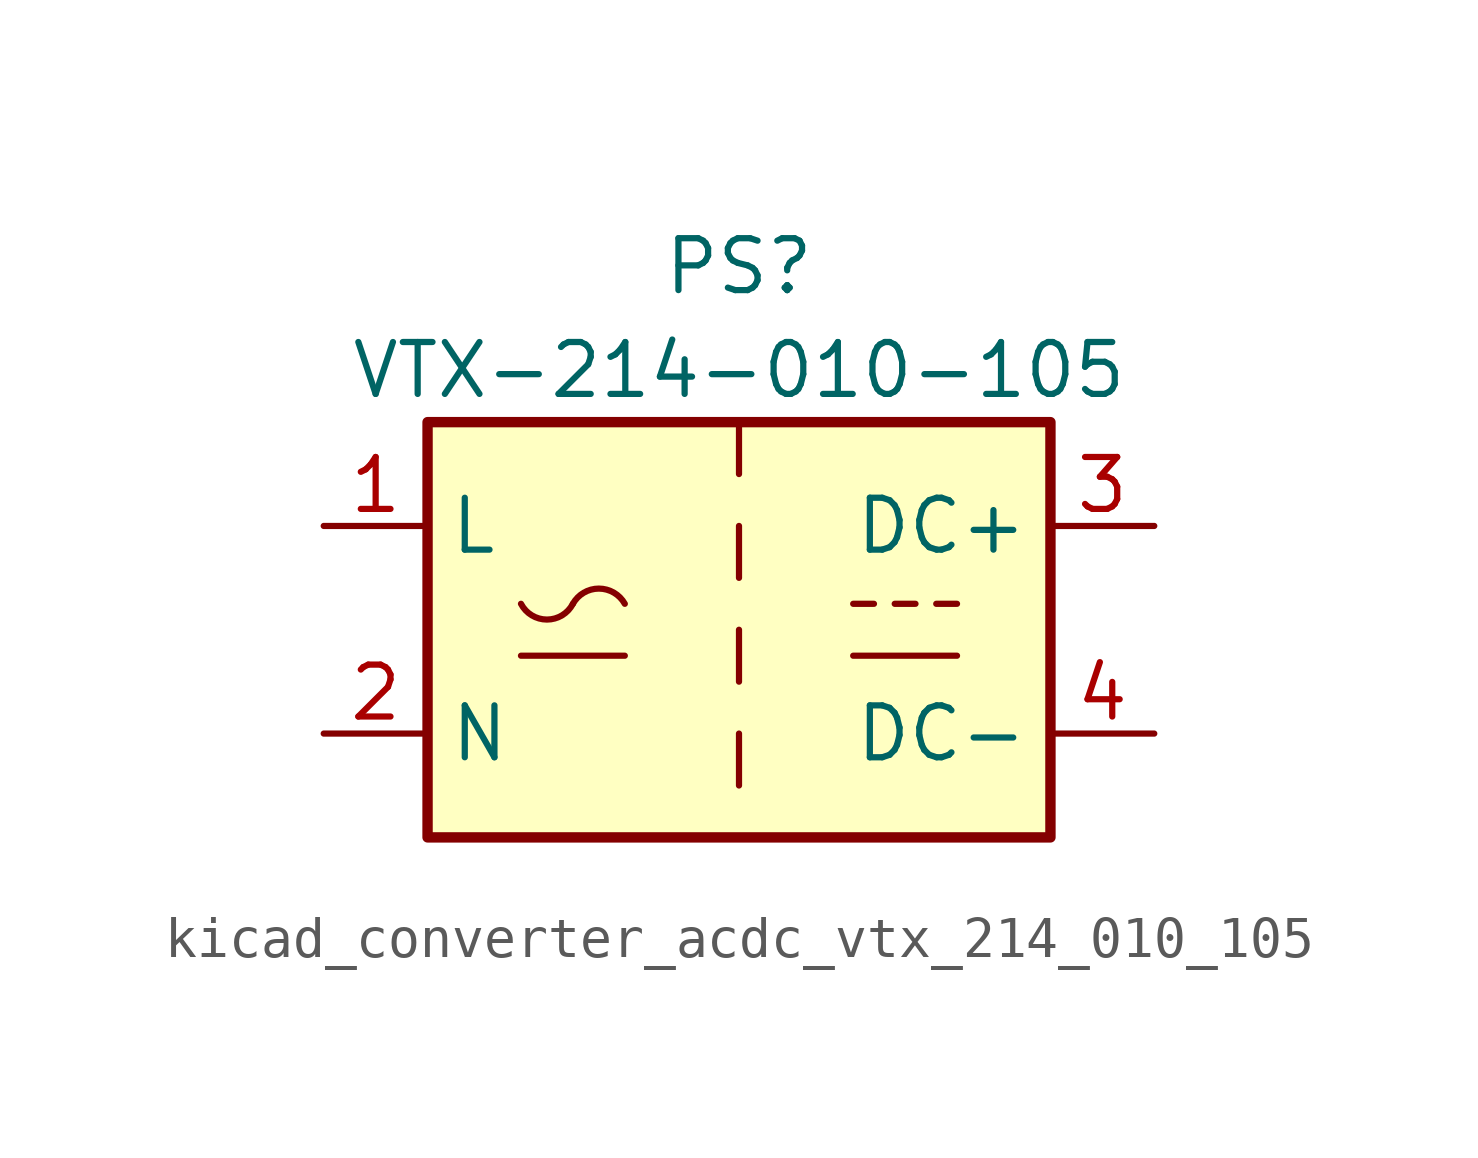
<source format=kicad_sym>
(kicad_symbol_lib
  (version 20220914)
  (generator kicad_symbol_editor)
  (symbol "kicad_converter_acdc_vtx_214_010_105"
    (property "Reference" "PS"
      (at 0 8.89 0)
      (effects (font (size 1.27 1.27))))
    (property "Value" "VTX-214-010-105"
      (at 0 6.35 0)
      (effects (font (size 1.27 1.27))))
    (symbol "kicad_converter_acdc_vtx_214_010_105_0_1"
      (rectangle (start -7.62 5.08) (end 7.62 -5.08) (stroke (width 0.254) (type default)) (fill (type background)))
      (arc (start -5.334 0.635) (mid -4.699 0.2495) (end -4.064 0.635) (stroke (width 0) (type default)) (fill (type none)))
      (arc (start -2.794 0.635) (mid -3.429 1.0072) (end -4.064 0.635) (stroke (width 0) (type default)) (fill (type none)))
      (polyline (pts (xy -5.334 -0.635) (xy -2.794 -0.635)) (stroke (width 0) (type default)) (fill (type none)))
      (polyline (pts (xy 2.794 -0.635) (xy 5.334 -0.635)) (stroke (width 0) (type default)) (fill (type none)))
      (polyline (pts (xy 2.794 0.635) (xy 3.302 0.635)) (stroke (width 0) (type default)) (fill (type none)))
      (polyline (pts (xy 3.81 0.635) (xy 4.318 0.635)) (stroke (width 0) (type default)) (fill (type none)))
      (polyline (pts (xy 4.826 0.635) (xy 5.334 0.635)) (stroke (width 0) (type default)) (fill (type none))))
    (symbol "kicad_converter_acdc_vtx_214_010_105_1_1"
      (polyline (pts (xy 0 -2.54) (xy 0 -3.81)) (stroke (width 0) (type default)) (fill (type none)))
      (polyline (pts (xy 0 0) (xy 0 -1.27)) (stroke (width 0) (type default)) (fill (type none)))
      (polyline (pts (xy 0 2.54) (xy 0 1.27)) (stroke (width 0) (type default)) (fill (type none)))
      (polyline (pts (xy 0 5.08) (xy 0 3.81)) (stroke (width 0) (type default)) (fill (type none)))
      (pin power_in line (at -10.16 2.54 0) (length 2.54) (name "L" (effects (font (size 1.27 1.27)))) (number "1" (effects (font (size 1.27 1.27)))))
      (pin power_in line (at -10.16 -2.54 0) (length 2.54) (name "N" (effects (font (size 1.27 1.27)))) (number "2" (effects (font (size 1.27 1.27)))))
      (pin power_out line (at 10.16 2.54 180) (length 2.54) (name "DC+" (effects (font (size 1.27 1.27)))) (number "3" (effects (font (size 1.27 1.27)))))
      (pin power_out line (at 10.16 -2.54 180) (length 2.54) (name "DC-" (effects (font (size 1.27 1.27)))) (number "4" (effects (font (size 1.27 1.27))))))))
</source>
